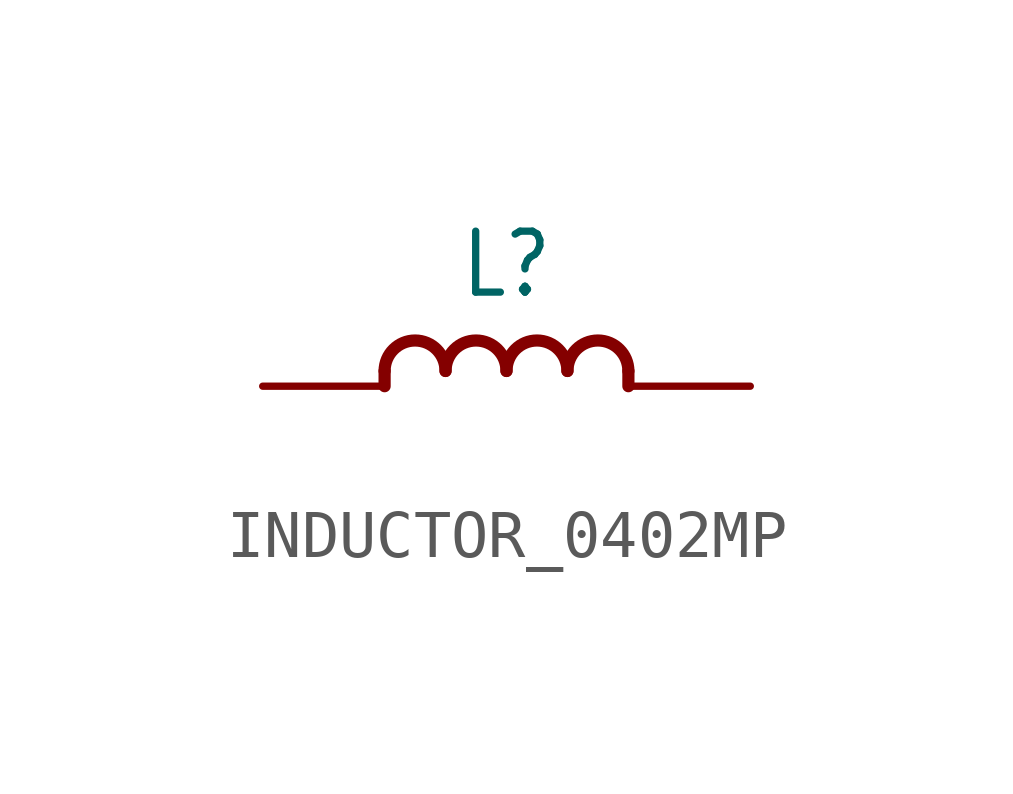
<source format=kicad_sym>
(kicad_symbol_lib
  (version 20231120)
  (generator "kicad_symbol_editor")
  (generator_version "8.0")
  (symbol "INDUCTOR_0402MP"
    (property "Reference" "L"
      (at 0 2.54 0)
      (effects (font (size 1.27 1.079))))
    (property "Value" ""
      (at 0 -1.54 0)
      (effects (font (size 1.27 1.079))))
    (property "ki_locked" ""
      (at 0 0 0)
      (effects (font (size 1.27 1.27))))
    (symbol "INDUCTOR_0402MP_1_0"
      (arc (start -1.27 0.3173) (mid -1.9049 0.9524) (end -2.54 0.3175) (stroke (width 0.254) (type solid)) (fill (type none)))
      (polyline (pts (xy -2.54 0.318) (xy -2.54 0)) (stroke (width 0.254) (type solid)) (fill (type none)))
      (polyline (pts (xy 2.54 0.318) (xy 2.54 0)) (stroke (width 0.254) (type solid)) (fill (type none)))
      (arc (start 0 0.3173) (mid -0.6349 0.9524) (end -1.27 0.3175) (stroke (width 0.254) (type solid)) (fill (type none)))
      (arc (start 1.27 0.3173) (mid 0.6351 0.9524) (end 0 0.3175) (stroke (width 0.254) (type solid)) (fill (type none)))
      (arc (start 2.54 0.3173) (mid 1.9051 0.9524) (end 1.27 0.3175) (stroke (width 0.254) (type solid)) (fill (type none)))
      (pin passive line (at -5.08 0 0) (length 2.54) (name "1" (effects (font (size 0 0)))) (number "1" (effects (font (size 0 0)))))
      (pin passive line (at 5.08 0 180) (length 2.54) (name "2" (effects (font (size 0 0)))) (number "2" (effects (font (size 0 0))))))))
</source>
